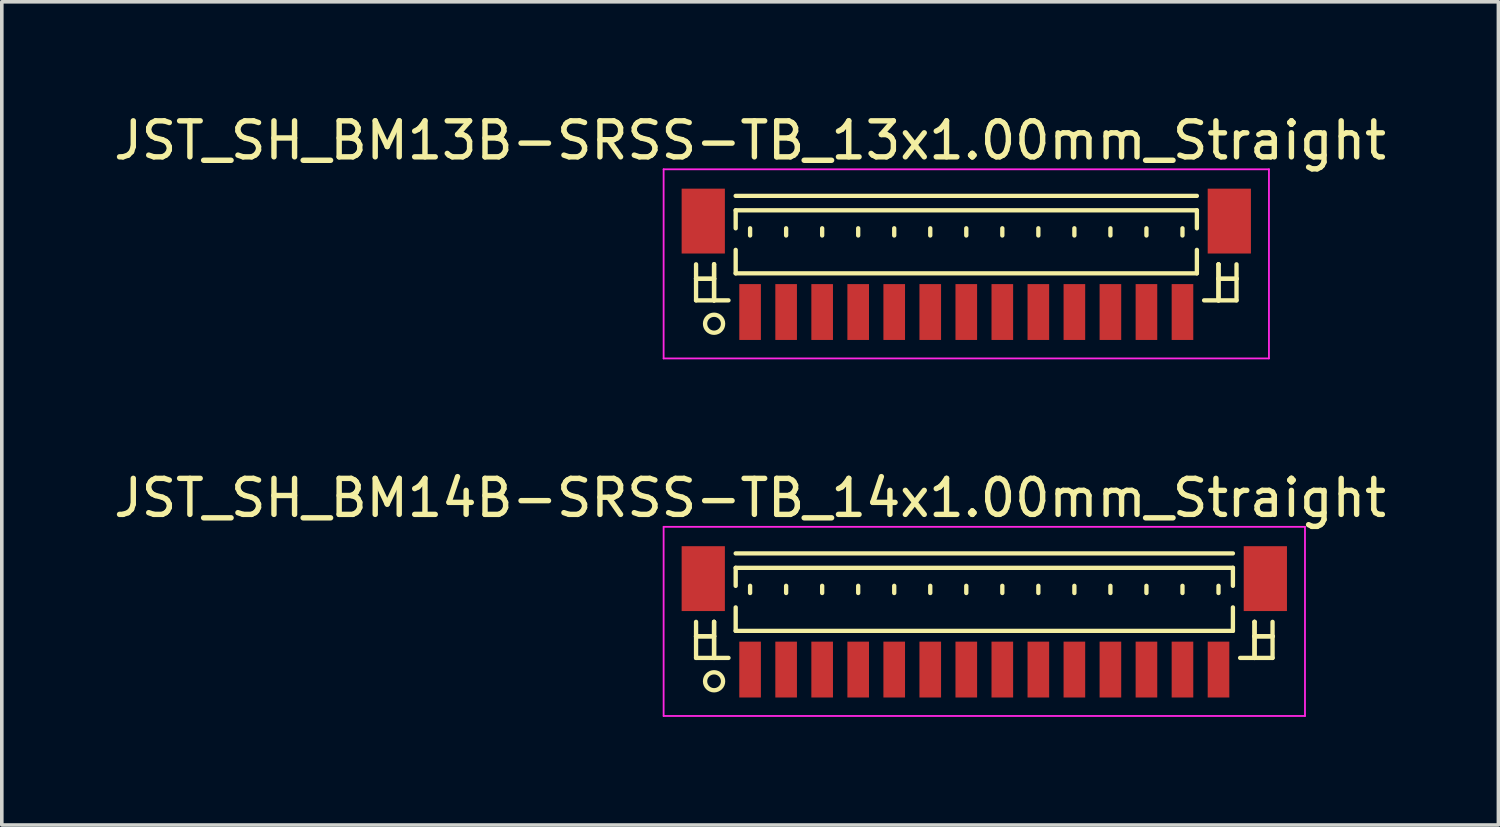
<source format=kicad_pcb>
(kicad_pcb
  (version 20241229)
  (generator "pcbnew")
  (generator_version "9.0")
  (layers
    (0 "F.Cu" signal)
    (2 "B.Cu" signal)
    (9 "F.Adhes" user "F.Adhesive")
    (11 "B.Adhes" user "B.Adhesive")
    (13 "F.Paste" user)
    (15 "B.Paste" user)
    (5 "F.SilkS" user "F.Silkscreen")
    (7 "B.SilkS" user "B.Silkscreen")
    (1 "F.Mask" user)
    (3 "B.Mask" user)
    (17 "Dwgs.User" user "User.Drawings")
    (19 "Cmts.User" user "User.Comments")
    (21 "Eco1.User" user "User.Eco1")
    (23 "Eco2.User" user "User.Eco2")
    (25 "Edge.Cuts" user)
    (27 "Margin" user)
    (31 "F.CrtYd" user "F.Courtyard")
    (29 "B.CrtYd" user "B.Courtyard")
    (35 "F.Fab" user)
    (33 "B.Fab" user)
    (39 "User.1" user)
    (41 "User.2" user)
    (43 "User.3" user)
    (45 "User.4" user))
  (footprint "JST_SH_BM14B-SRSS-TB_14x1.00mm_Straight"
    (layer "F.Cu")
    (at 24.268 14.271)
    (property "Reference" "JST_SH_BM14B-SRSS-TB_14x1.00mm_Straight" (at -6.5 -3.5 0) (layer "F.SilkS") (effects (font (size 1 1) (thickness 0.15))))
    (attr smd)
    (fp_line (start -8 -0.062) (end -8 0.938) (stroke (width 0.12) (type solid)) (layer "F.SilkS"))
    (fp_line (start -8 0.338) (end -8 0.338) (stroke (width 0.12) (type solid)) (layer "F.SilkS"))
    (fp_line (start -8 0.338) (end -7.5 0.338) (stroke (width 0.12) (type solid)) (layer "F.SilkS"))
    (fp_line (start -8 0.938) (end -7.1 0.938) (stroke (width 0.12) (type solid)) (layer "F.SilkS"))
    (fp_line (start -7.5 -0.062) (end -7.5 -0.062) (stroke (width 0.12) (type solid)) (layer "F.SilkS"))
    (fp_line (start -7.5 -0.062) (end -7.5 0.938) (stroke (width 0.12) (type solid)) (layer "F.SilkS"))
    (fp_line (start -7.5 0.338) (end -8 0.338) (stroke (width 0.12) (type solid)) (layer "F.SilkS"))
    (fp_line (start -7.5 0.338) (end -7.5 0.338) (stroke (width 0.12) (type solid)) (layer "F.SilkS"))
    (fp_line (start -7.5 0.938) (end -7.5 -0.062) (stroke (width 0.12) (type solid)) (layer "F.SilkS"))
    (fp_line (start -7.5 0.938) (end -7.5 0.938) (stroke (width 0.12) (type solid)) (layer "F.SilkS"))
    (fp_line (start -6.9 -1.962) (end 6.9 -1.962) (stroke (width 0.12) (type solid)) (layer "F.SilkS"))
    (fp_line (start -6.9 -1.562) (end 6.9 -1.562) (stroke (width 0.12) (type solid)) (layer "F.SilkS"))
    (fp_line (start -6.9 -1.062) (end -6.9 -1.562) (stroke (width 0.12) (type solid)) (layer "F.SilkS"))
    (fp_line (start -6.9 -0.463) (end -6.9 0.188) (stroke (width 0.12) (type solid)) (layer "F.SilkS"))
    (fp_line (start -6.9 0.188) (end 6.9 0.188) (stroke (width 0.12) (type solid)) (layer "F.SilkS"))
    (fp_line (start -6.5 -1.062) (end -6.5 -0.863) (stroke (width 0.12) (type solid)) (layer "F.SilkS"))
    (fp_line (start -5.5 -1.062) (end -5.5 -0.863) (stroke (width 0.12) (type solid)) (layer "F.SilkS"))
    (fp_line (start -4.5 -1.062) (end -4.5 -0.863) (stroke (width 0.12) (type solid)) (layer "F.SilkS"))
    (fp_line (start -3.5 -1.062) (end -3.5 -0.863) (stroke (width 0.12) (type solid)) (layer "F.SilkS"))
    (fp_line (start -2.5 -1.062) (end -2.5 -0.863) (stroke (width 0.12) (type solid)) (layer "F.SilkS"))
    (fp_line (start -1.5 -1.062) (end -1.5 -0.863) (stroke (width 0.12) (type solid)) (layer "F.SilkS"))
    (fp_line (start -0.5 -1.062) (end -0.5 -0.863) (stroke (width 0.12) (type solid)) (layer "F.SilkS"))
    (fp_line (start 0.5 -1.062) (end 0.5 -0.863) (stroke (width 0.12) (type solid)) (layer "F.SilkS"))
    (fp_line (start 1.5 -1.062) (end 1.5 -0.863) (stroke (width 0.12) (type solid)) (layer "F.SilkS"))
    (fp_line (start 2.5 -1.062) (end 2.5 -0.863) (stroke (width 0.12) (type solid)) (layer "F.SilkS"))
    (fp_line (start 3.5 -1.062) (end 3.5 -0.863) (stroke (width 0.12) (type solid)) (layer "F.SilkS"))
    (fp_line (start 4.5 -1.062) (end 4.5 -0.863) (stroke (width 0.12) (type solid)) (layer "F.SilkS"))
    (fp_line (start 5.5 -1.062) (end 5.5 -0.863) (stroke (width 0.12) (type solid)) (layer "F.SilkS"))
    (fp_line (start 6.5 -1.062) (end 6.5 -0.863) (stroke (width 0.12) (type solid)) (layer "F.SilkS"))
    (fp_line (start 6.9 -1.562) (end 6.9 -1.062) (stroke (width 0.12) (type solid)) (layer "F.SilkS"))
    (fp_line (start 6.9 0.188) (end 6.9 -0.463) (stroke (width 0.12) (type solid)) (layer "F.SilkS"))
    (fp_line (start 7.5 -0.062) (end 7.5 -0.062) (stroke (width 0.12) (type solid)) (layer "F.SilkS"))
    (fp_line (start 7.5 -0.062) (end 7.5 0.938) (stroke (width 0.12) (type solid)) (layer "F.SilkS"))
    (fp_line (start 7.5 0.338) (end 7.5 0.338) (stroke (width 0.12) (type solid)) (layer "F.SilkS"))
    (fp_line (start 7.5 0.338) (end 8 0.338) (stroke (width 0.12) (type solid)) (layer "F.SilkS"))
    (fp_line (start 7.5 0.938) (end 7.5 -0.062) (stroke (width 0.12) (type solid)) (layer "F.SilkS"))
    (fp_line (start 7.5 0.938) (end 7.5 0.938) (stroke (width 0.12) (type solid)) (layer "F.SilkS"))
    (fp_line (start 8 -0.062) (end 8 0.938) (stroke (width 0.12) (type solid)) (layer "F.SilkS"))
    (fp_line (start 8 0.338) (end 7.5 0.338) (stroke (width 0.12) (type solid)) (layer "F.SilkS"))
    (fp_line (start 8 0.338) (end 8 0.338) (stroke (width 0.12) (type solid)) (layer "F.SilkS"))
    (fp_line (start 8 0.938) (end 7.1 0.938) (stroke (width 0.12) (type solid)) (layer "F.SilkS"))
    (fp_circle (center -7.5 1.587) (end -7.25 1.587) (stroke (width 0.12) (type solid)) (fill no) (layer "F.SilkS"))
    (fp_line (start -8.9 -2.7) (end 8.9 -2.7) (stroke (width 0.05) (type solid)) (layer "F.CrtYd"))
    (fp_line (start -8.9 2.55) (end -8.9 -2.7) (stroke (width 0.05) (type solid)) (layer "F.CrtYd"))
    (fp_line (start 8.9 -2.7) (end 8.9 2.55) (stroke (width 0.05) (type solid)) (layer "F.CrtYd"))
    (fp_line (start 8.9 2.55) (end -8.9 2.55) (stroke (width 0.05) (type solid)) (layer "F.CrtYd"))
    (pad "" smd rect (at -7.8 -1.262) (size 1.2 1.8) (layers "F.Cu" "F.Mask" "F.Paste"))
    (pad "" smd rect (at 7.8 -1.262) (size 1.2 1.8) (layers "F.Cu" "F.Mask" "F.Paste"))
    (pad "1" smd rect (at -6.5 1.262) (size 0.6 1.55) (layers "F.Cu" "F.Mask" "F.Paste"))
    (pad "2" smd rect (at -5.5 1.262) (size 0.6 1.55) (layers "F.Cu" "F.Mask" "F.Paste"))
    (pad "3" smd rect (at -4.5 1.262) (size 0.6 1.55) (layers "F.Cu" "F.Mask" "F.Paste"))
    (pad "4" smd rect (at -3.5 1.262) (size 0.6 1.55) (layers "F.Cu" "F.Mask" "F.Paste"))
    (pad "5" smd rect (at -2.5 1.262) (size 0.6 1.55) (layers "F.Cu" "F.Mask" "F.Paste"))
    (pad "6" smd rect (at -1.5 1.262) (size 0.6 1.55) (layers "F.Cu" "F.Mask" "F.Paste"))
    (pad "7" smd rect (at -0.5 1.262) (size 0.6 1.55) (layers "F.Cu" "F.Mask" "F.Paste"))
    (pad "8" smd rect (at 0.5 1.262) (size 0.6 1.55) (layers "F.Cu" "F.Mask" "F.Paste"))
    (pad "9" smd rect (at 1.5 1.262) (size 0.6 1.55) (layers "F.Cu" "F.Mask" "F.Paste"))
    (pad "10" smd rect (at 2.5 1.262) (size 0.6 1.55) (layers "F.Cu" "F.Mask" "F.Paste"))
    (pad "11" smd rect (at 3.5 1.262) (size 0.6 1.55) (layers "F.Cu" "F.Mask" "F.Paste"))
    (pad "12" smd rect (at 4.5 1.262) (size 0.6 1.55) (layers "F.Cu" "F.Mask" "F.Paste"))
    (pad "13" smd rect (at 5.5 1.262) (size 0.6 1.55) (layers "F.Cu" "F.Mask" "F.Paste"))
    (pad "14" smd rect (at 6.5 1.262) (size 0.6 1.55) (layers "F.Cu" "F.Mask" "F.Paste")))
  (footprint "JST_SH_BM13B-SRSS-TB_13x1.00mm_Straight"
    (layer "F.Cu")
    (at 23.768 4.348)
    (property "Reference" "JST_SH_BM13B-SRSS-TB_13x1.00mm_Straight" (at -6 -3.5 0) (layer "F.SilkS") (effects (font (size 1 1) (thickness 0.15))))
    (attr smd)
    (fp_line (start -7.5 -0.062) (end -7.5 0.938) (stroke (width 0.12) (type solid)) (layer "F.SilkS"))
    (fp_line (start -7.5 0.338) (end -7.5 0.338) (stroke (width 0.12) (type solid)) (layer "F.SilkS"))
    (fp_line (start -7.5 0.338) (end -7 0.338) (stroke (width 0.12) (type solid)) (layer "F.SilkS"))
    (fp_line (start -7.5 0.938) (end -6.6 0.938) (stroke (width 0.12) (type solid)) (layer "F.SilkS"))
    (fp_line (start -7 -0.062) (end -7 -0.062) (stroke (width 0.12) (type solid)) (layer "F.SilkS"))
    (fp_line (start -7 -0.062) (end -7 0.938) (stroke (width 0.12) (type solid)) (layer "F.SilkS"))
    (fp_line (start -7 0.338) (end -7.5 0.338) (stroke (width 0.12) (type solid)) (layer "F.SilkS"))
    (fp_line (start -7 0.338) (end -7 0.338) (stroke (width 0.12) (type solid)) (layer "F.SilkS"))
    (fp_line (start -7 0.938) (end -7 -0.062) (stroke (width 0.12) (type solid)) (layer "F.SilkS"))
    (fp_line (start -7 0.938) (end -7 0.938) (stroke (width 0.12) (type solid)) (layer "F.SilkS"))
    (fp_line (start -6.4 -1.962) (end 6.4 -1.962) (stroke (width 0.12) (type solid)) (layer "F.SilkS"))
    (fp_line (start -6.4 -1.562) (end 6.4 -1.562) (stroke (width 0.12) (type solid)) (layer "F.SilkS"))
    (fp_line (start -6.4 -1.062) (end -6.4 -1.562) (stroke (width 0.12) (type solid)) (layer "F.SilkS"))
    (fp_line (start -6.4 -0.463) (end -6.4 0.188) (stroke (width 0.12) (type solid)) (layer "F.SilkS"))
    (fp_line (start -6.4 0.188) (end 6.4 0.188) (stroke (width 0.12) (type solid)) (layer "F.SilkS"))
    (fp_line (start -6 -1.062) (end -6 -0.863) (stroke (width 0.12) (type solid)) (layer "F.SilkS"))
    (fp_line (start -5 -1.062) (end -5 -0.863) (stroke (width 0.12) (type solid)) (layer "F.SilkS"))
    (fp_line (start -4 -1.062) (end -4 -0.863) (stroke (width 0.12) (type solid)) (layer "F.SilkS"))
    (fp_line (start -3 -1.062) (end -3 -0.863) (stroke (width 0.12) (type solid)) (layer "F.SilkS"))
    (fp_line (start -2 -1.062) (end -2 -0.863) (stroke (width 0.12) (type solid)) (layer "F.SilkS"))
    (fp_line (start -1 -1.062) (end -1 -0.863) (stroke (width 0.12) (type solid)) (layer "F.SilkS"))
    (fp_line (start 0 -1.062) (end 0 -0.863) (stroke (width 0.12) (type solid)) (layer "F.SilkS"))
    (fp_line (start 1 -1.062) (end 1 -0.863) (stroke (width 0.12) (type solid)) (layer "F.SilkS"))
    (fp_line (start 2 -1.062) (end 2 -0.863) (stroke (width 0.12) (type solid)) (layer "F.SilkS"))
    (fp_line (start 3 -1.062) (end 3 -0.863) (stroke (width 0.12) (type solid)) (layer "F.SilkS"))
    (fp_line (start 4 -1.062) (end 4 -0.863) (stroke (width 0.12) (type solid)) (layer "F.SilkS"))
    (fp_line (start 5 -1.062) (end 5 -0.863) (stroke (width 0.12) (type solid)) (layer "F.SilkS"))
    (fp_line (start 6 -1.062) (end 6 -0.863) (stroke (width 0.12) (type solid)) (layer "F.SilkS"))
    (fp_line (start 6.4 -1.562) (end 6.4 -1.062) (stroke (width 0.12) (type solid)) (layer "F.SilkS"))
    (fp_line (start 6.4 0.188) (end 6.4 -0.463) (stroke (width 0.12) (type solid)) (layer "F.SilkS"))
    (fp_line (start 7 -0.062) (end 7 -0.062) (stroke (width 0.12) (type solid)) (layer "F.SilkS"))
    (fp_line (start 7 -0.062) (end 7 0.938) (stroke (width 0.12) (type solid)) (layer "F.SilkS"))
    (fp_line (start 7 0.338) (end 7 0.338) (stroke (width 0.12) (type solid)) (layer "F.SilkS"))
    (fp_line (start 7 0.338) (end 7.5 0.338) (stroke (width 0.12) (type solid)) (layer "F.SilkS"))
    (fp_line (start 7 0.938) (end 7 -0.062) (stroke (width 0.12) (type solid)) (layer "F.SilkS"))
    (fp_line (start 7 0.938) (end 7 0.938) (stroke (width 0.12) (type solid)) (layer "F.SilkS"))
    (fp_line (start 7.5 -0.062) (end 7.5 0.938) (stroke (width 0.12) (type solid)) (layer "F.SilkS"))
    (fp_line (start 7.5 0.338) (end 7 0.338) (stroke (width 0.12) (type solid)) (layer "F.SilkS"))
    (fp_line (start 7.5 0.338) (end 7.5 0.338) (stroke (width 0.12) (type solid)) (layer "F.SilkS"))
    (fp_line (start 7.5 0.938) (end 6.6 0.938) (stroke (width 0.12) (type solid)) (layer "F.SilkS"))
    (fp_circle (center -7 1.587) (end -6.75 1.587) (stroke (width 0.12) (type solid)) (fill no) (layer "F.SilkS"))
    (fp_line (start -8.4 -2.7) (end 8.4 -2.7) (stroke (width 0.05) (type solid)) (layer "F.CrtYd"))
    (fp_line (start -8.4 2.55) (end -8.4 -2.7) (stroke (width 0.05) (type solid)) (layer "F.CrtYd"))
    (fp_line (start 8.4 -2.7) (end 8.4 2.55) (stroke (width 0.05) (type solid)) (layer "F.CrtYd"))
    (fp_line (start 8.4 2.55) (end -8.4 2.55) (stroke (width 0.05) (type solid)) (layer "F.CrtYd"))
    (pad "" smd rect (at -7.3 -1.262) (size 1.2 1.8) (layers "F.Cu" "F.Mask" "F.Paste"))
    (pad "" smd rect (at 7.3 -1.262) (size 1.2 1.8) (layers "F.Cu" "F.Mask" "F.Paste"))
    (pad "1" smd rect (at -6 1.262) (size 0.6 1.55) (layers "F.Cu" "F.Mask" "F.Paste"))
    (pad "2" smd rect (at -5 1.262) (size 0.6 1.55) (layers "F.Cu" "F.Mask" "F.Paste"))
    (pad "3" smd rect (at -4 1.262) (size 0.6 1.55) (layers "F.Cu" "F.Mask" "F.Paste"))
    (pad "4" smd rect (at -3 1.262) (size 0.6 1.55) (layers "F.Cu" "F.Mask" "F.Paste"))
    (pad "5" smd rect (at -2 1.262) (size 0.6 1.55) (layers "F.Cu" "F.Mask" "F.Paste"))
    (pad "6" smd rect (at -1 1.262) (size 0.6 1.55) (layers "F.Cu" "F.Mask" "F.Paste"))
    (pad "7" smd rect (at 0 1.262) (size 0.6 1.55) (layers "F.Cu" "F.Mask" "F.Paste"))
    (pad "8" smd rect (at 1 1.262) (size 0.6 1.55) (layers "F.Cu" "F.Mask" "F.Paste"))
    (pad "9" smd rect (at 2 1.262) (size 0.6 1.55) (layers "F.Cu" "F.Mask" "F.Paste"))
    (pad "10" smd rect (at 3 1.262) (size 0.6 1.55) (layers "F.Cu" "F.Mask" "F.Paste"))
    (pad "11" smd rect (at 4 1.262) (size 0.6 1.55) (layers "F.Cu" "F.Mask" "F.Paste"))
    (pad "12" smd rect (at 5 1.262) (size 0.6 1.55) (layers "F.Cu" "F.Mask" "F.Paste"))
    (pad "13" smd rect (at 6 1.262) (size 0.6 1.55) (layers "F.Cu" "F.Mask" "F.Paste")))
  (gr_rect
    (start -3 -3)
    (end 38.536 19.846)
    (stroke (width 0.1) (type default))
    (fill no)
    (layer "Edge.Cuts")))
</source>
